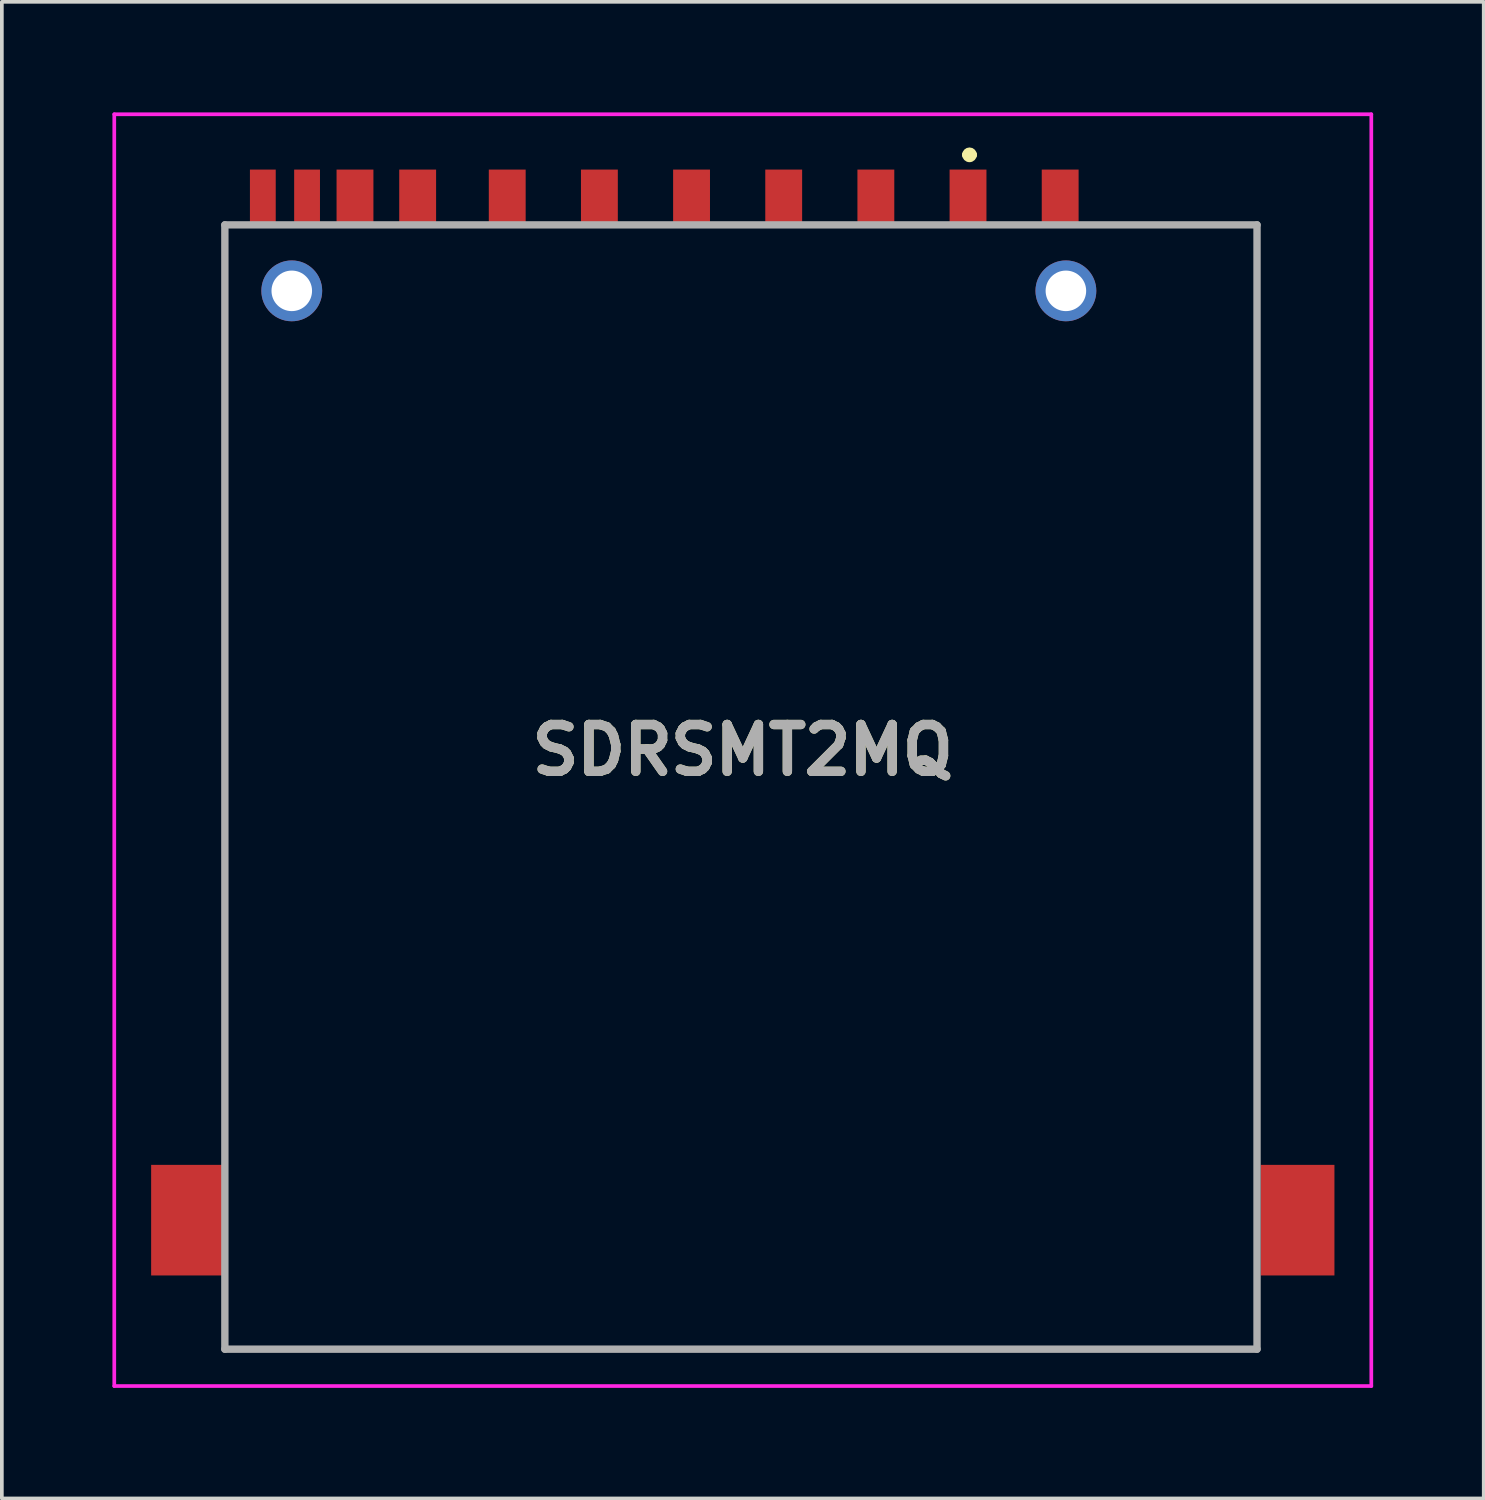
<source format=kicad_pcb>
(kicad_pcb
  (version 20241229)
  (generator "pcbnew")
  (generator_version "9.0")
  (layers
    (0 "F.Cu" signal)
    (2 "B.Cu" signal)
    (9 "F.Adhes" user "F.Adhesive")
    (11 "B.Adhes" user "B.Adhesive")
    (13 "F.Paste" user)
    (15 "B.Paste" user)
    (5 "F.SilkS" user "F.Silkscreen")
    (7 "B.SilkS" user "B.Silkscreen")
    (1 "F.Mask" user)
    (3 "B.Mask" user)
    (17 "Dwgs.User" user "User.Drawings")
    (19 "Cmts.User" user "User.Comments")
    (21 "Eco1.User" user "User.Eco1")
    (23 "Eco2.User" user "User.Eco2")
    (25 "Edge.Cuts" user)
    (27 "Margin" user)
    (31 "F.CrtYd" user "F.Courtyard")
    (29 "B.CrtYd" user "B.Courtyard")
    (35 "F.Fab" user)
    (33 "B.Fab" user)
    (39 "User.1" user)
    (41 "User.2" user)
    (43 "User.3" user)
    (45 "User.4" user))
  (footprint "SDRSMT2MQ"
    (layer "F.Cu")
    (at 17.1 17.3)
    (property "Reference" "SDRSMT2MQ" (at 0 0 0) (layer "F.SilkS") (effects (font (size 1.27 1.27) (thickness 0.254))))
    (attr through_hole)
    (fp_line (start -14.052 16.25) (end 13.95 16.25) (stroke (width 0.1) (type solid)) (layer "F.SilkS"))
    (fp_line (start -14.05 -14.25) (end -14.05 10.75) (stroke (width 0.1) (type solid)) (layer "F.SilkS"))
    (fp_line (start -14.05 14.75) (end -14.052 16.25) (stroke (width 0.1) (type solid)) (layer "F.SilkS"))
    (fp_line (start 6.05 -16.15) (end 6.05 -16.15) (stroke (width 0.2) (type solid)) (layer "F.SilkS"))
    (fp_line (start 6.25 -16.15) (end 6.25 -16.15) (stroke (width 0.2) (type solid)) (layer "F.SilkS"))
    (fp_line (start 13.95 -14.25) (end 9.95 -14.245) (stroke (width 0.1) (type solid)) (layer "F.SilkS"))
    (fp_line (start 13.95 10.75) (end 13.95 -14.25) (stroke (width 0.1) (type solid)) (layer "F.SilkS"))
    (fp_line (start 13.95 16.25) (end 13.95 14.75) (stroke (width 0.1) (type solid)) (layer "F.SilkS"))
    (fp_arc (start 6.05 -16.15) (mid 6.15 -16.25) (end 6.25 -16.15) (stroke (width 0.2) (type solid)) (layer "F.SilkS"))
    (fp_arc (start 6.25 -16.15) (mid 6.15 -16.05) (end 6.05 -16.15) (stroke (width 0.2) (type solid)) (layer "F.SilkS"))
    (fp_line (start -17.05 -17.25) (end 17.05 -17.25) (stroke (width 0.1) (type solid)) (layer "F.CrtYd"))
    (fp_line (start -17.05 17.25) (end -17.05 -17.25) (stroke (width 0.1) (type solid)) (layer "F.CrtYd"))
    (fp_line (start 17.05 -17.25) (end 17.05 17.25) (stroke (width 0.1) (type solid)) (layer "F.CrtYd"))
    (fp_line (start 17.05 17.25) (end -17.05 17.25) (stroke (width 0.1) (type solid)) (layer "F.CrtYd"))
    (fp_line (start -14.05 -14.25) (end 13.95 -14.25) (stroke (width 0.2) (type solid)) (layer "F.Fab"))
    (fp_line (start -14.05 16.25) (end -14.05 -14.25) (stroke (width 0.2) (type solid)) (layer "F.Fab"))
    (fp_line (start 13.95 -14.25) (end 13.95 16.25) (stroke (width 0.2) (type solid)) (layer "F.Fab"))
    (fp_line (start 13.95 16.25) (end -14.05 16.25) (stroke (width 0.2) (type solid)) (layer "F.Fab"))
    (fp_text user "${REFERENCE}" (at 0 0 0) (layer "F.Fab") (effects (font (size 1.27 1.27) (thickness 0.254))))
    (pad "1" smd rect (at 6.11 -15) (size 1 1.5) (layers "F.Cu" "F.Mask" "F.Paste"))
    (pad "2" smd rect (at 3.61 -15) (size 1 1.5) (layers "F.Cu" "F.Mask" "F.Paste"))
    (pad "3" smd rect (at 1.11 -15) (size 1 1.5) (layers "F.Cu" "F.Mask" "F.Paste"))
    (pad "4" smd rect (at -1.39 -15) (size 1 1.5) (layers "F.Cu" "F.Mask" "F.Paste"))
    (pad "5" smd rect (at -3.89 -15) (size 1 1.5) (layers "F.Cu" "F.Mask" "F.Paste"))
    (pad "6" smd rect (at -6.39 -15) (size 1 1.5) (layers "F.Cu" "F.Mask" "F.Paste"))
    (pad "7" smd rect (at -8.82 -15) (size 1 1.5) (layers "F.Cu" "F.Mask" "F.Paste"))
    (pad "8" smd rect (at -10.52 -15) (size 1 1.5) (layers "F.Cu" "F.Mask" "F.Paste"))
    (pad "9" smd rect (at 8.61 -15) (size 1 1.5) (layers "F.Cu" "F.Mask" "F.Paste"))
    (pad "10" smd rect (at -11.82 -15) (size 0.7 1.5) (layers "F.Cu" "F.Mask" "F.Paste"))
    (pad "11" smd rect (at -13.02 -15) (size 0.7 1.5) (layers "F.Cu" "F.Mask" "F.Paste"))
    (pad "12" smd rect (at -15.05 12.75) (size 2 3) (layers "F.Cu" "F.Mask" "F.Paste"))
    (pad "13" smd rect (at 15.05 12.75) (size 2 3) (layers "F.Cu" "F.Mask" "F.Paste"))
    (pad "14" thru_hole circle (at -12.235 -12.46) (size 1.65 1.65) (drill 1.1) (layers "*.Cu" "*.Mask"))
    (pad "15" thru_hole circle (at 8.765 -12.46) (size 1.65 1.65) (drill 1.1) (layers "*.Cu" "*.Mask")))
  (gr_rect
    (start -3 -3)
    (end 37.2 37.6)
    (stroke (width 0.1) (type default))
    (fill no)
    (layer "Edge.Cuts")))
</source>
